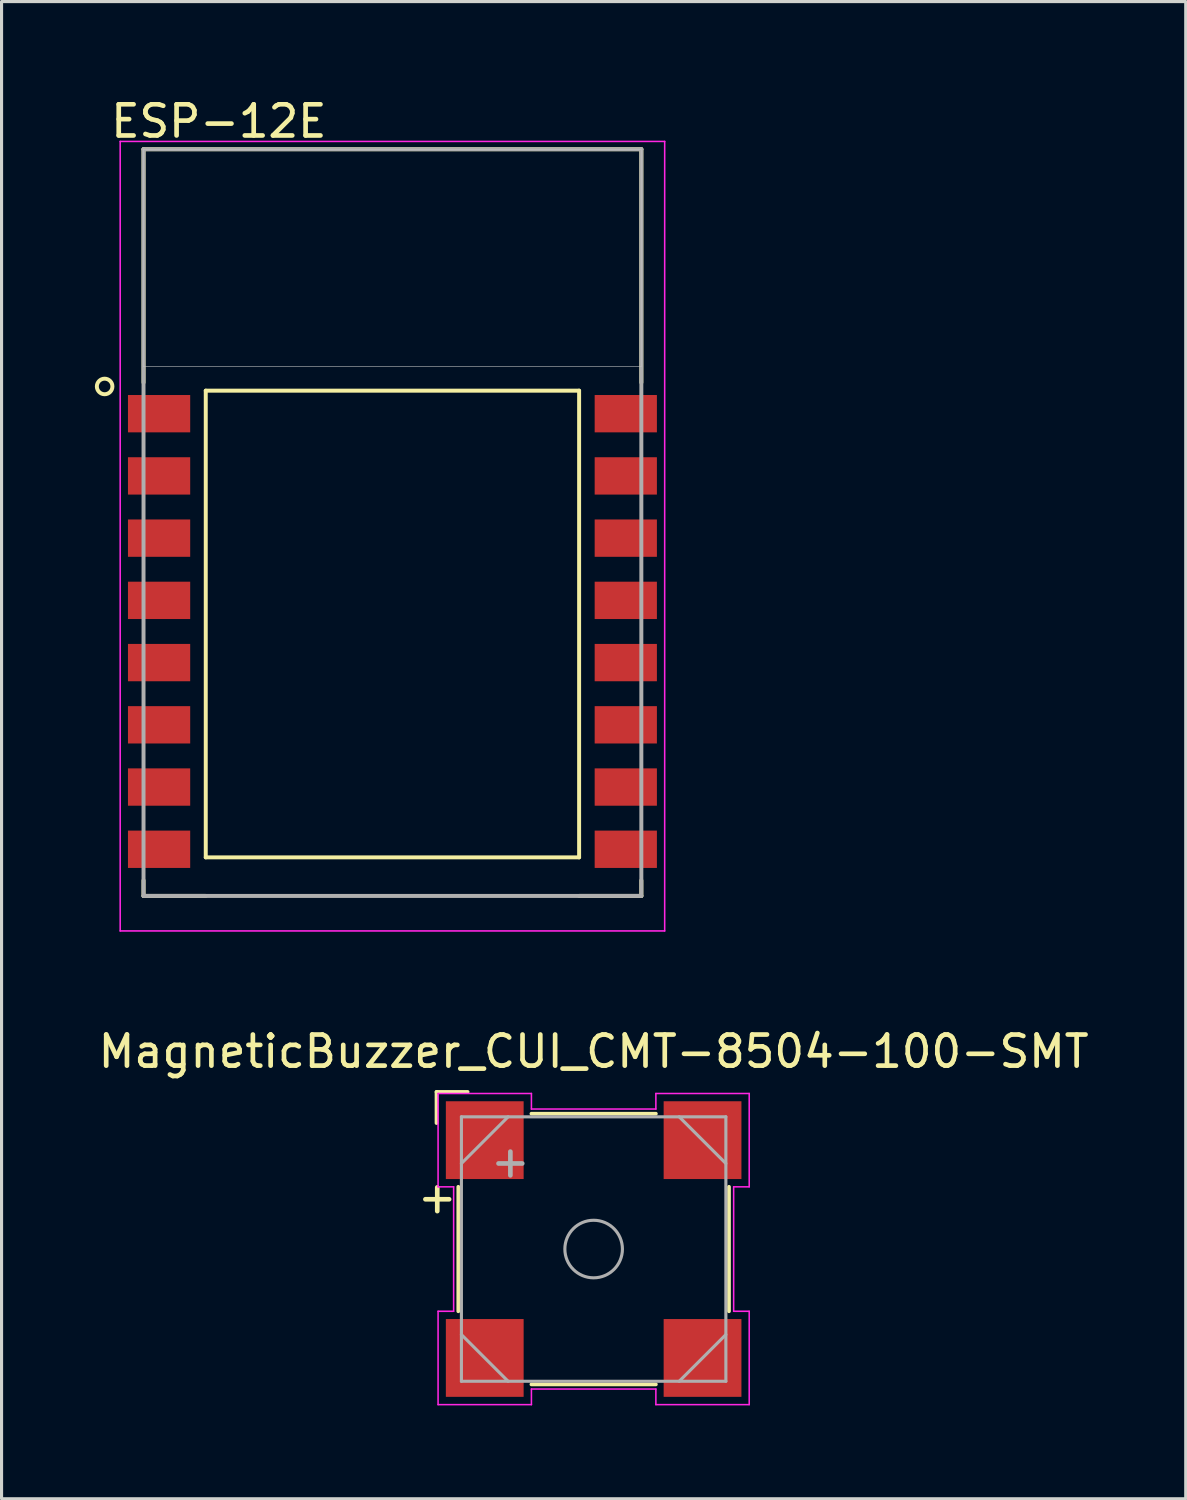
<source format=kicad_pcb>
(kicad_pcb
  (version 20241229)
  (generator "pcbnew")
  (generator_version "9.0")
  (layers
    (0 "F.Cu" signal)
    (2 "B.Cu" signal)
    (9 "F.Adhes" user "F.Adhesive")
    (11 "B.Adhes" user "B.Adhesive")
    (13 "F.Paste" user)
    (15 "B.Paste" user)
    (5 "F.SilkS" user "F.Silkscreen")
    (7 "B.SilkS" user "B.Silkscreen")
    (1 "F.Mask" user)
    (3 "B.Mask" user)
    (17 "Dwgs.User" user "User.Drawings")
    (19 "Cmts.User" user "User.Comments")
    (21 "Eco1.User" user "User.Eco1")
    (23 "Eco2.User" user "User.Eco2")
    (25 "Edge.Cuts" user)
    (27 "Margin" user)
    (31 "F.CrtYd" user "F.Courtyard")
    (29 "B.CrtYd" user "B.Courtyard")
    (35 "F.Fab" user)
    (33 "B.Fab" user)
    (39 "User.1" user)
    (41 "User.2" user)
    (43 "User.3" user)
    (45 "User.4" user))
  (footprint "MagneticBuzzer_CUI_CMT-8504-100-SMT"
    (layer "F.Cu")
    (at 16.03 37.095)
    (property "Reference" "MagneticBuzzer_CUI_CMT-8504-100-SMT" (at 0 -6.35 0) (layer "F.SilkS") (effects (font (size 1 1) (thickness 0.15))))
    (attr through_hole)
    (fp_line (start -5.05 -5.05) (end -4.05 -5.05) (stroke (width 0.12) (type solid)) (layer "F.SilkS"))
    (fp_line (start -5.05 -4.05) (end -5.05 -5.05) (stroke (width 0.12) (type solid)) (layer "F.SilkS"))
    (fp_line (start -4.35 -2) (end -4.35 2) (stroke (width 0.12) (type solid)) (layer "F.SilkS"))
    (fp_line (start -2 4.35) (end 2 4.35) (stroke (width 0.12) (type solid)) (layer "F.SilkS"))
    (fp_line (start 2 -4.35) (end -2 -4.35) (stroke (width 0.12) (type solid)) (layer "F.SilkS"))
    (fp_line (start 4.35 2) (end 4.35 -2) (stroke (width 0.12) (type solid)) (layer "F.SilkS"))
    (fp_line (start -5 -5) (end -2 -5) (stroke (width 0.05) (type solid)) (layer "F.CrtYd"))
    (fp_line (start -5 -2) (end -5 -5) (stroke (width 0.05) (type solid)) (layer "F.CrtYd"))
    (fp_line (start -5 -2) (end -4.5 -2) (stroke (width 0.05) (type solid)) (layer "F.CrtYd"))
    (fp_line (start -5 2) (end -5 5) (stroke (width 0.05) (type solid)) (layer "F.CrtYd"))
    (fp_line (start -4.5 -2) (end -4.5 2) (stroke (width 0.05) (type solid)) (layer "F.CrtYd"))
    (fp_line (start -4.5 2) (end -5 2) (stroke (width 0.05) (type solid)) (layer "F.CrtYd"))
    (fp_line (start -2 -5) (end -2 -4.5) (stroke (width 0.05) (type solid)) (layer "F.CrtYd"))
    (fp_line (start -2 -4.5) (end 2 -4.5) (stroke (width 0.05) (type solid)) (layer "F.CrtYd"))
    (fp_line (start -2 4.5) (end -2 5) (stroke (width 0.05) (type solid)) (layer "F.CrtYd"))
    (fp_line (start -2 5) (end -5 5) (stroke (width 0.05) (type solid)) (layer "F.CrtYd"))
    (fp_line (start 2 -5) (end 5 -5) (stroke (width 0.05) (type solid)) (layer "F.CrtYd"))
    (fp_line (start 2 -4.5) (end 2 -5) (stroke (width 0.05) (type solid)) (layer "F.CrtYd"))
    (fp_line (start 2 4.5) (end -2 4.5) (stroke (width 0.05) (type solid)) (layer "F.CrtYd"))
    (fp_line (start 2 5) (end 2 4.5) (stroke (width 0.05) (type solid)) (layer "F.CrtYd"))
    (fp_line (start 4.5 -2) (end 4.5 2) (stroke (width 0.05) (type solid)) (layer "F.CrtYd"))
    (fp_line (start 4.5 2) (end 5 2) (stroke (width 0.05) (type solid)) (layer "F.CrtYd"))
    (fp_line (start 5 -2) (end 4.5 -2) (stroke (width 0.05) (type solid)) (layer "F.CrtYd"))
    (fp_line (start 5 -2) (end 5 -5) (stroke (width 0.05) (type solid)) (layer "F.CrtYd"))
    (fp_line (start 5 2) (end 5 5) (stroke (width 0.05) (type solid)) (layer "F.CrtYd"))
    (fp_line (start 5 5) (end 2 5) (stroke (width 0.05) (type solid)) (layer "F.CrtYd"))
    (fp_line (start -4.25 -4.25) (end 4.25 -4.25) (stroke (width 0.1) (type solid)) (layer "F.Fab"))
    (fp_line (start -4.25 -2.75) (end -2.75 -4.25) (stroke (width 0.1) (type solid)) (layer "F.Fab"))
    (fp_line (start -4.25 4.25) (end -4.25 -4.25) (stroke (width 0.1) (type solid)) (layer "F.Fab"))
    (fp_line (start -2.75 4.25) (end -4.25 2.75) (stroke (width 0.1) (type solid)) (layer "F.Fab"))
    (fp_line (start 2.75 -4.25) (end 4.25 -2.75) (stroke (width 0.1) (type solid)) (layer "F.Fab"))
    (fp_line (start 4.25 -4.25) (end 4.25 4.25) (stroke (width 0.1) (type solid)) (layer "F.Fab"))
    (fp_line (start 4.25 2.75) (end 2.75 4.25) (stroke (width 0.1) (type solid)) (layer "F.Fab"))
    (fp_line (start 4.25 4.25) (end -4.25 4.25) (stroke (width 0.1) (type solid)) (layer "F.Fab"))
    (fp_circle (center 0 0) (end 0.925 0) (stroke (width 0.1) (type solid)) (fill no) (layer "F.Fab"))
    (fp_text user "+" (at -5.1 -1.6 270) (layer "F.SilkS") (effects (font (size 1 1) (thickness 0.15))))
    (fp_text user "+" (at -2.75 -2.75 270) (layer "F.Fab") (effects (font (size 1 1) (thickness 0.15))))
    (pad "1" smd rect (at -3.5 -3.5 270) (size 2.5 2.5) (layers "F.Cu" "F.Mask" "F.Paste"))
    (pad "2" smd rect (at -3.5 3.5 270) (size 2.5 2.5) (layers "F.Cu" "F.Mask" "F.Paste"))
    (pad "3" smd rect (at 3.5 3.5 270) (size 2.5 2.5) (layers "F.Cu" "F.Mask" "F.Paste"))
    (pad "4" smd rect (at 3.5 -3.5 270) (size 2.5 2.5) (layers "F.Cu" "F.Mask" "F.Paste")))
  (footprint "ESP-12E"
    (layer "F.Cu")
    (at 9.563 17.246)
    (property "Reference" "ESP-12E" (at -5.579 -16.398 0) (layer "F.SilkS") (effects (font (size 1.001 1.001) (thickness 0.15))))
    (attr through_hole)
    (fp_line (start -8 -15.5) (end 8 -15.5) (stroke (width 0.127) (type solid)) (layer "F.SilkS"))
    (fp_line (start -8 -8) (end -8 -15.5) (stroke (width 0.127) (type solid)) (layer "F.SilkS"))
    (fp_line (start -8 8) (end -8 8.5) (stroke (width 0.127) (type solid)) (layer "F.SilkS"))
    (fp_line (start -8 8.5) (end -6 8.5) (stroke (width 0.127) (type solid)) (layer "F.SilkS"))
    (fp_line (start -6 -7.74) (end 6 -7.74) (stroke (width 0.127) (type solid)) (layer "F.SilkS"))
    (fp_line (start -6 7.26) (end -6 -7.74) (stroke (width 0.127) (type solid)) (layer "F.SilkS"))
    (fp_line (start 6 -7.74) (end 6 7.26) (stroke (width 0.127) (type solid)) (layer "F.SilkS"))
    (fp_line (start 6 7.26) (end -6 7.26) (stroke (width 0.127) (type solid)) (layer "F.SilkS"))
    (fp_line (start 8 -15.5) (end 8 -8) (stroke (width 0.127) (type solid)) (layer "F.SilkS"))
    (fp_line (start 8 8) (end 8 8.5) (stroke (width 0.127) (type solid)) (layer "F.SilkS"))
    (fp_line (start 8 8.5) (end 6 8.5) (stroke (width 0.127) (type solid)) (layer "F.SilkS"))
    (fp_circle (center -9.25 -7.875) (end -9 -7.875) (stroke (width 0.127) (type solid)) (fill no) (layer "F.SilkS"))
    (fp_poly (pts (xy -8.009 -15.5) (xy 8 -15.5) (xy 8 -8.51) (xy -8.009 -8.51)) (stroke (width 0.01) (type solid)) (fill no) (layer "Dwgs.User"))
    (fp_poly (pts (xy -8.009 -15.5) (xy 8 -15.5) (xy 8 -8.51) (xy -8.009 -8.51)) (stroke (width 0.01) (type solid)) (fill no) (layer "Dwgs.User"))
    (fp_line (start -8.75 -15.75) (end -8.75 9.625) (stroke (width 0.05) (type solid)) (layer "F.CrtYd"))
    (fp_line (start -8.75 9.625) (end 8.75 9.625) (stroke (width 0.05) (type solid)) (layer "F.CrtYd"))
    (fp_line (start 8.75 -15.75) (end -8.75 -15.75) (stroke (width 0.05) (type solid)) (layer "F.CrtYd"))
    (fp_line (start 8.75 9.625) (end 8.75 -15.75) (stroke (width 0.05) (type solid)) (layer "F.CrtYd"))
    (fp_line (start -8 -15.5) (end 8 -15.5) (stroke (width 0.127) (type solid)) (layer "F.Fab"))
    (fp_line (start -8 8.5) (end -8 -15.5) (stroke (width 0.127) (type solid)) (layer "F.Fab"))
    (fp_line (start 8 -15.5) (end 8 8.5) (stroke (width 0.127) (type solid)) (layer "F.Fab"))
    (fp_line (start 8 8.5) (end -8 8.5) (stroke (width 0.127) (type solid)) (layer "F.Fab"))
    (pad "1" smd rect (at -7.5 -7) (size 2 1.2) (layers "F.Cu" "F.Mask" "F.Paste"))
    (pad "2" smd rect (at -7.5 -5) (size 2 1.2) (layers "F.Cu" "F.Mask" "F.Paste"))
    (pad "3" smd rect (at -7.5 -3) (size 2 1.2) (layers "F.Cu" "F.Mask" "F.Paste"))
    (pad "4" smd rect (at -7.5 -1) (size 2 1.2) (layers "F.Cu" "F.Mask" "F.Paste"))
    (pad "5" smd rect (at -7.5 1) (size 2 1.2) (layers "F.Cu" "F.Mask" "F.Paste"))
    (pad "6" smd rect (at -7.5 3) (size 2 1.2) (layers "F.Cu" "F.Mask" "F.Paste"))
    (pad "7" smd rect (at -7.5 5) (size 2 1.2) (layers "F.Cu" "F.Mask" "F.Paste"))
    (pad "8" smd rect (at -7.5 7) (size 2 1.2) (layers "F.Cu" "F.Mask" "F.Paste"))
    (pad "9" smd rect (at 7.5 7) (size 2 1.2) (layers "F.Cu" "F.Mask" "F.Paste"))
    (pad "10" smd rect (at 7.5 5) (size 2 1.2) (layers "F.Cu" "F.Mask" "F.Paste"))
    (pad "11" smd rect (at 7.5 3) (size 2 1.2) (layers "F.Cu" "F.Mask" "F.Paste"))
    (pad "12" smd rect (at 7.5 1) (size 2 1.2) (layers "F.Cu" "F.Mask" "F.Paste"))
    (pad "13" smd rect (at 7.5 -1) (size 2 1.2) (layers "F.Cu" "F.Mask" "F.Paste"))
    (pad "14" smd rect (at 7.5 -3) (size 2 1.2) (layers "F.Cu" "F.Mask" "F.Paste"))
    (pad "15" smd rect (at 7.5 -5) (size 2 1.2) (layers "F.Cu" "F.Mask" "F.Paste"))
    (pad "16" smd rect (at 7.5 -7) (size 2 1.2) (layers "F.Cu" "F.Mask" "F.Paste")))
  (gr_rect
    (start -3 -3)
    (end 35.06 45.12)
    (stroke (width 0.1) (type default))
    (fill no)
    (layer "Edge.Cuts")))
</source>
